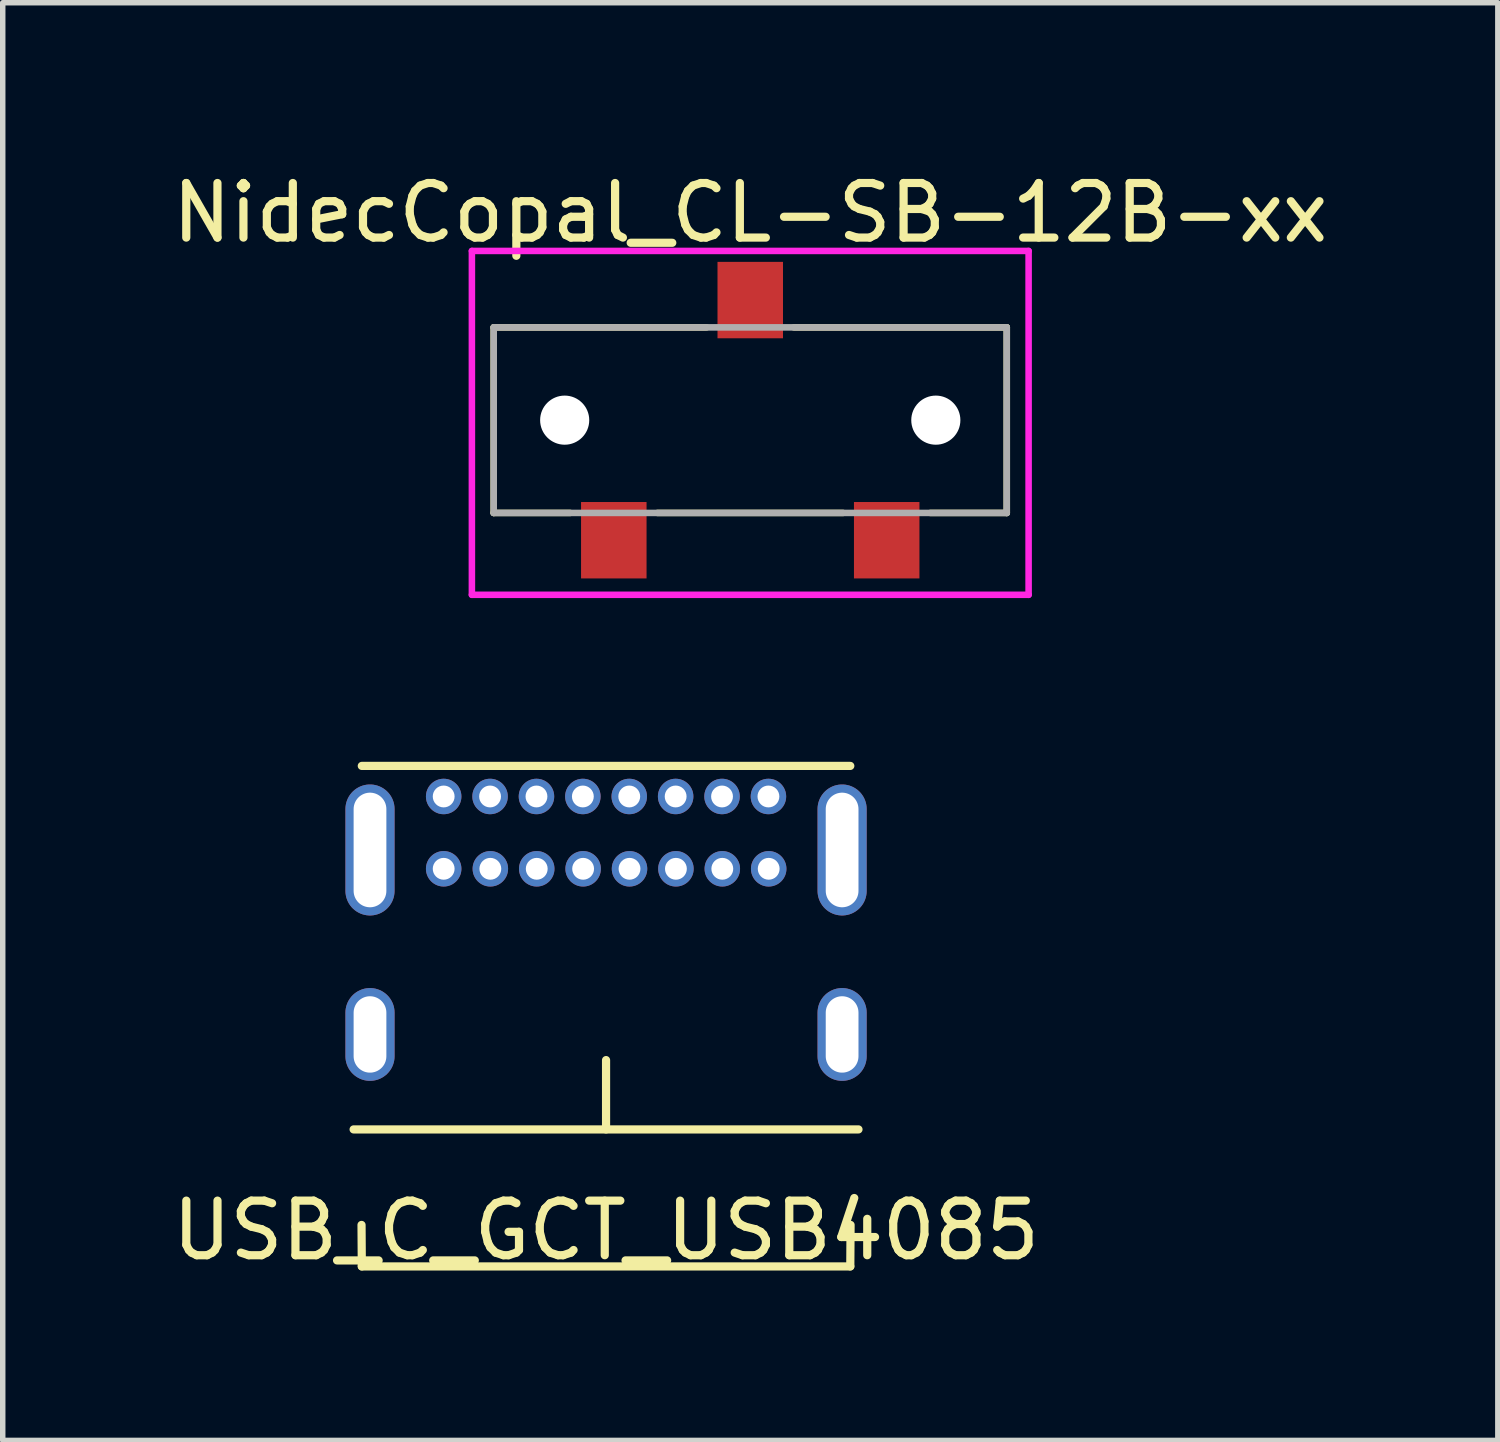
<source format=kicad_pcb>
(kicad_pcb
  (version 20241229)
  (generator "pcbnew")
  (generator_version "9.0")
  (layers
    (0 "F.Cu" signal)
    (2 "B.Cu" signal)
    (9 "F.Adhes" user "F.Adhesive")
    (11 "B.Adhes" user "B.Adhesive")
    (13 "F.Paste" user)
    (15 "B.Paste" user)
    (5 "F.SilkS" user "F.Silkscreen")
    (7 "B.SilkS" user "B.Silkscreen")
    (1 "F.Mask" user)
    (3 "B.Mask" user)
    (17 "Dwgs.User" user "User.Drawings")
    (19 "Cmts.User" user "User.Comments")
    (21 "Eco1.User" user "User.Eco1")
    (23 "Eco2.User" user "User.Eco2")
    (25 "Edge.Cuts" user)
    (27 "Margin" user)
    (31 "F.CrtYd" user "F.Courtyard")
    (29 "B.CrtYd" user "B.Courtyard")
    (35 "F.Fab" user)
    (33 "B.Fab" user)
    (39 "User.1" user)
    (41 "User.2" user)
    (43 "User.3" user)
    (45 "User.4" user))
  (footprint "USB_C_GCT_USB4085"
    (layer "F.Cu")
    (at 8.054 17.643)
    (property "Reference" "USB_C_GCT_USB4085" (at 0 1.85 0) (layer "F.SilkS") (effects (font (size 1 1) (thickness 0.15))))
    (attr through_hole)
    (fp_line (start -4.625 0) (end 4.625 0) (stroke (width 0.15) (type solid)) (layer "F.SilkS"))
    (fp_line (start -4.475 -6.66) (end 4.475 -6.66) (stroke (width 0.15) (type solid)) (layer "F.SilkS"))
    (fp_line (start -4.475 2.51) (end -4.48 1.75) (stroke (width 0.15) (type solid)) (layer "F.SilkS"))
    (fp_line (start -4.475 2.51) (end 4.475 2.51) (stroke (width 0.15) (type solid)) (layer "F.SilkS"))
    (fp_line (start 0 0) (end 0 -1.27) (stroke (width 0.15) (type solid)) (layer "F.SilkS"))
    (fp_line (start 4.48 1.75) (end 4.475 2.51) (stroke (width 0.15) (type solid)) (layer "F.SilkS"))
    (pad "A1" thru_hole circle (at -2.975 -6.1) (size 0.65 0.65) (drill 0.4) (layers "*.Cu" "*.Mask"))
    (pad "A4" thru_hole circle (at -2.125 -6.1) (size 0.65 0.65) (drill 0.4) (layers "*.Cu" "*.Mask"))
    (pad "A5" thru_hole circle (at -1.275 -6.1) (size 0.65 0.65) (drill 0.4) (layers "*.Cu" "*.Mask"))
    (pad "A6" thru_hole circle (at -0.425 -6.1) (size 0.65 0.65) (drill 0.4) (layers "*.Cu" "*.Mask"))
    (pad "A7" thru_hole circle (at 0.425 -6.1) (size 0.65 0.65) (drill 0.4) (layers "*.Cu" "*.Mask"))
    (pad "A8" thru_hole circle (at 1.275 -6.1) (size 0.65 0.65) (drill 0.4) (layers "*.Cu" "*.Mask"))
    (pad "A9" thru_hole circle (at 2.125 -6.1) (size 0.65 0.65) (drill 0.4) (layers "*.Cu" "*.Mask"))
    (pad "A12" thru_hole circle (at 2.975 -6.1) (size 0.65 0.65) (drill 0.4) (layers "*.Cu" "*.Mask"))
    (pad "B1" thru_hole circle (at 2.98 -4.775) (size 0.65 0.65) (drill 0.4) (layers "*.Cu" "*.Mask"))
    (pad "B4" thru_hole circle (at 2.13 -4.775) (size 0.65 0.65) (drill 0.4) (layers "*.Cu" "*.Mask"))
    (pad "B5" thru_hole circle (at 1.28 -4.775) (size 0.65 0.65) (drill 0.4) (layers "*.Cu" "*.Mask"))
    (pad "B6" thru_hole circle (at 0.43 -4.775) (size 0.65 0.65) (drill 0.4) (layers "*.Cu" "*.Mask"))
    (pad "B7" thru_hole circle (at -0.42 -4.775) (size 0.65 0.65) (drill 0.4) (layers "*.Cu" "*.Mask"))
    (pad "B8" thru_hole circle (at -1.27 -4.775) (size 0.65 0.65) (drill 0.4) (layers "*.Cu" "*.Mask"))
    (pad "B9" thru_hole circle (at -2.12 -4.775) (size 0.65 0.65) (drill 0.4) (layers "*.Cu" "*.Mask"))
    (pad "B12" thru_hole circle (at -2.975 -4.775) (size 0.65 0.65) (drill 0.4) (layers "*.Cu" "*.Mask"))
    (pad "S1" thru_hole oval (at -4.325 -5.12) (size 0.9 2.4) (drill oval 0.6 2.1) (layers "*.Cu" "*.Mask"))
    (pad "S1" thru_hole oval (at -4.325 -1.74) (size 0.9 1.7) (drill oval 0.6 1.4) (layers "*.Cu" "*.Mask"))
    (pad "S1" thru_hole oval (at 4.325 -5.12) (size 0.9 2.4) (drill oval 0.6 2.1) (layers "*.Cu" "*.Mask"))
    (pad "S1" thru_hole oval (at 4.325 -1.74) (size 0.9 1.7) (drill oval 0.6 1.4) (layers "*.Cu" "*.Mask")))
  (footprint "NidecCopal_CL-SB-12B-xx"
    (layer "F.Cu")
    (at 10.696 4.648)
    (property "Reference" "NidecCopal_CL-SB-12B-xx" (at 0 -3.8 0) (layer "F.SilkS") (effects (font (size 1 1) (thickness 0.15))))
    (attr through_hole)
    (fp_line (start -4.7 -1.7) (end -4.7 1.7) (stroke (width 0.12) (type solid)) (layer "F.SilkS"))
    (fp_line (start -4.7 -1.7) (end -0.8 -1.7) (stroke (width 0.12) (type solid)) (layer "F.SilkS"))
    (fp_line (start -4.7 1.7) (end -3.3 1.7) (stroke (width 0.12) (type solid)) (layer "F.SilkS"))
    (fp_line (start -1.7 1.7) (end 1.7 1.7) (stroke (width 0.12) (type solid)) (layer "F.SilkS"))
    (fp_line (start 3.3 1.7) (end 4.7 1.7) (stroke (width 0.12) (type solid)) (layer "F.SilkS"))
    (fp_line (start 4.7 -1.7) (end 0.8 -1.7) (stroke (width 0.12) (type solid)) (layer "F.SilkS"))
    (fp_line (start 4.7 1.7) (end 4.7 -1.7) (stroke (width 0.12) (type solid)) (layer "F.SilkS"))
    (fp_line (start -5.1 -3.1) (end -5.1 3.2) (stroke (width 0.12) (type solid)) (layer "F.CrtYd"))
    (fp_line (start -5.1 3.2) (end 5.1 3.2) (stroke (width 0.12) (type solid)) (layer "F.CrtYd"))
    (fp_line (start 5.1 -3.1) (end -5.1 -3.1) (stroke (width 0.12) (type solid)) (layer "F.CrtYd"))
    (fp_line (start 5.1 3.2) (end 5.1 -3.1) (stroke (width 0.12) (type solid)) (layer "F.CrtYd"))
    (fp_line (start -4.7 -1.7) (end -4.7 1.7) (stroke (width 0.12) (type solid)) (layer "F.Fab"))
    (fp_line (start -4.7 1.7) (end 4.7 1.7) (stroke (width 0.12) (type solid)) (layer "F.Fab"))
    (fp_line (start 4.7 -1.7) (end -4.7 -1.7) (stroke (width 0.12) (type solid)) (layer "F.Fab"))
    (fp_line (start 4.7 1.7) (end 4.7 -1.7) (stroke (width 0.12) (type solid)) (layer "F.Fab"))
    (pad "" np_thru_hole circle (at -3.4 0) (size 0.9 0.9) (drill 0.9) (layers "*.Cu" "*.Mask"))
    (pad "" np_thru_hole circle (at 3.4 0) (size 0.9 0.9) (drill 0.9) (layers "*.Cu" "*.Mask"))
    (pad "1" smd rect (at -2.5 2.2) (size 1.2 1.4) (layers "F.Cu" "F.Mask" "F.Paste"))
    (pad "2" smd rect (at 0 -2.2) (size 1.2 1.4) (layers "F.Cu" "F.Mask" "F.Paste"))
    (pad "3" smd rect (at 2.5 2.2) (size 1.2 1.4) (layers "F.Cu" "F.Mask" "F.Paste")))
  (gr_rect
    (start -3 -3)
    (end 24.393 23.341)
    (stroke (width 0.1) (type default))
    (fill no)
    (layer "Edge.Cuts")))
</source>
